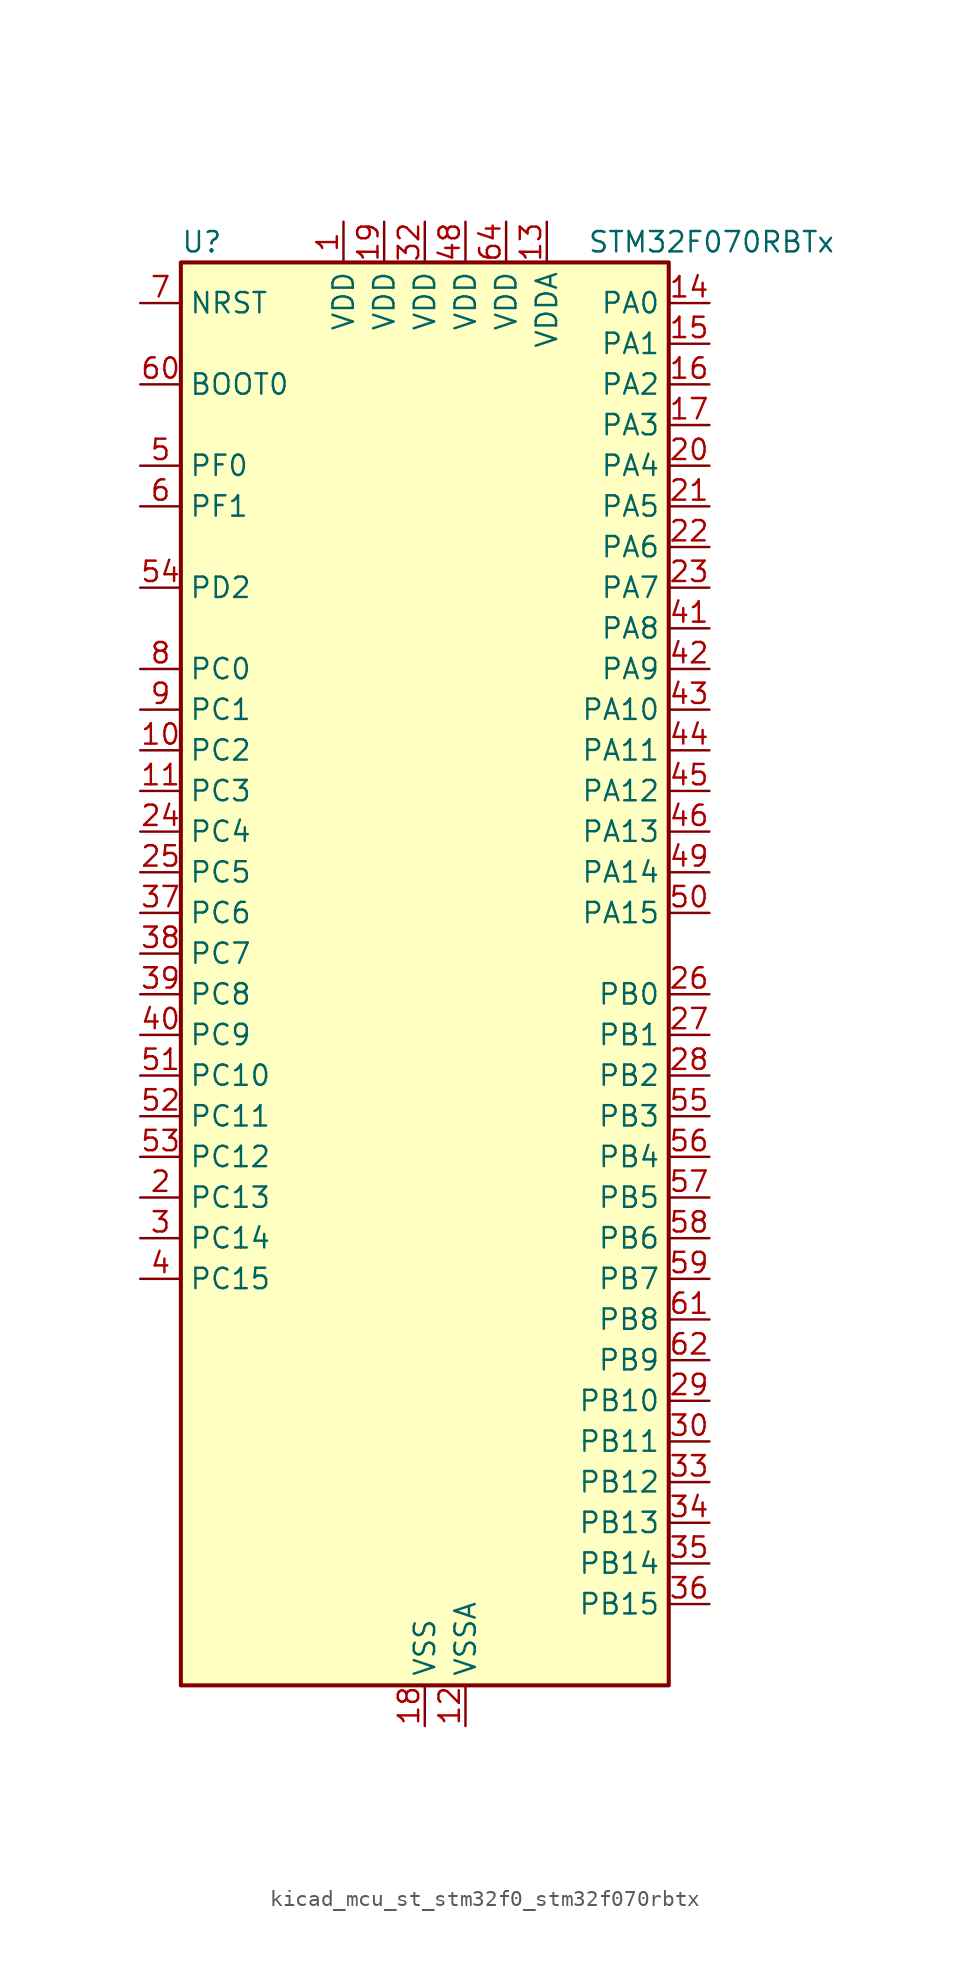
<source format=kicad_sym>
(kicad_symbol_lib
  (version 20220914)
  (generator kicad_symbol_editor)
  (symbol "kicad_mcu_st_stm32f0_stm32f070rbtx"
    (property "Reference" "U"
      (at -15.24 46.99 0)
      (effects (font (size 1.27 1.27)) (justify left)))
    (property "Value" "STM32F070RBTx"
      (at 10.16 46.99 0)
      (effects (font (size 1.27 1.27)) (justify left)))
    (property "ki_locked" ""
      (at 0 0 0)
      (effects (font (size 1.27 1.27))))
    (symbol "kicad_mcu_st_stm32f0_stm32f070rbtx_0_1"
      (rectangle (start -15.24 -43.18) (end 15.24 45.72) (stroke (width 0.254) (type default)) (fill (type background))))
    (symbol "kicad_mcu_st_stm32f0_stm32f070rbtx_1_1"
      (pin power_in line (at -5.08 48.26 270) (length 2.54) (name "VDD" (effects (font (size 1.27 1.27)))) (number "1" (effects (font (size 1.27 1.27)))))
      (pin bidirectional line (at -17.78 15.24 0) (length 2.54) (name "PC2" (effects (font (size 1.27 1.27)))) (number "10" (effects (font (size 1.27 1.27)))) (alternate "ADC_IN12" bidirectional line) (alternate "SPI2_MISO" bidirectional line))
      (pin bidirectional line (at -17.78 12.7 0) (length 2.54) (name "PC3" (effects (font (size 1.27 1.27)))) (number "11" (effects (font (size 1.27 1.27)))) (alternate "ADC_IN13" bidirectional line) (alternate "SPI2_MOSI" bidirectional line))
      (pin power_in line (at 2.54 -45.72 90) (length 2.54) (name "VSSA" (effects (font (size 1.27 1.27)))) (number "12" (effects (font (size 1.27 1.27)))))
      (pin power_in line (at 7.62 48.26 270) (length 2.54) (name "VDDA" (effects (font (size 1.27 1.27)))) (number "13" (effects (font (size 1.27 1.27)))))
      (pin bidirectional line (at 17.78 43.18 180) (length 2.54) (name "PA0" (effects (font (size 1.27 1.27)))) (number "14" (effects (font (size 1.27 1.27)))) (alternate "ADC_IN0" bidirectional line) (alternate "RTC_TAMP2" bidirectional line) (alternate "SYS_WKUP1" bidirectional line) (alternate "USART2_CTS" bidirectional line) (alternate "USART4_TX" bidirectional line))
      (pin bidirectional line (at 17.78 40.64 180) (length 2.54) (name "PA1" (effects (font (size 1.27 1.27)))) (number "15" (effects (font (size 1.27 1.27)))) (alternate "ADC_IN1" bidirectional line) (alternate "TIM15_CH1N" bidirectional line) (alternate "USART2_DE" bidirectional line) (alternate "USART2_RTS" bidirectional line) (alternate "USART4_RX" bidirectional line))
      (pin bidirectional line (at 17.78 38.1 180) (length 2.54) (name "PA2" (effects (font (size 1.27 1.27)))) (number "16" (effects (font (size 1.27 1.27)))) (alternate "ADC_IN2" bidirectional line) (alternate "SYS_WKUP4" bidirectional line) (alternate "TIM15_CH1" bidirectional line) (alternate "USART2_TX" bidirectional line))
      (pin bidirectional line (at 17.78 35.56 180) (length 2.54) (name "PA3" (effects (font (size 1.27 1.27)))) (number "17" (effects (font (size 1.27 1.27)))) (alternate "ADC_IN3" bidirectional line) (alternate "TIM15_CH2" bidirectional line) (alternate "USART2_RX" bidirectional line))
      (pin power_in line (at 0 -45.72 90) (length 2.54) (name "VSS" (effects (font (size 1.27 1.27)))) (number "18" (effects (font (size 1.27 1.27)))))
      (pin power_in line (at -2.54 48.26 270) (length 2.54) (name "VDD" (effects (font (size 1.27 1.27)))) (number "19" (effects (font (size 1.27 1.27)))))
      (pin bidirectional line (at -17.78 -12.7 0) (length 2.54) (name "PC13" (effects (font (size 1.27 1.27)))) (number "2" (effects (font (size 1.27 1.27)))) (alternate "RTC_OUT_ALARM" bidirectional line) (alternate "RTC_OUT_CALIB" bidirectional line) (alternate "RTC_TAMP1" bidirectional line) (alternate "RTC_TS" bidirectional line) (alternate "SYS_WKUP2" bidirectional line))
      (pin bidirectional line (at 17.78 33.02 180) (length 2.54) (name "PA4" (effects (font (size 1.27 1.27)))) (number "20" (effects (font (size 1.27 1.27)))) (alternate "ADC_IN4" bidirectional line) (alternate "SPI1_NSS" bidirectional line) (alternate "TIM14_CH1" bidirectional line) (alternate "USART2_CK" bidirectional line))
      (pin bidirectional line (at 17.78 30.48 180) (length 2.54) (name "PA5" (effects (font (size 1.27 1.27)))) (number "21" (effects (font (size 1.27 1.27)))) (alternate "ADC_IN5" bidirectional line) (alternate "SPI1_SCK" bidirectional line))
      (pin bidirectional line (at 17.78 27.94 180) (length 2.54) (name "PA6" (effects (font (size 1.27 1.27)))) (number "22" (effects (font (size 1.27 1.27)))) (alternate "ADC_IN6" bidirectional line) (alternate "SPI1_MISO" bidirectional line) (alternate "TIM16_CH1" bidirectional line) (alternate "TIM1_BKIN" bidirectional line) (alternate "TIM3_CH1" bidirectional line) (alternate "USART3_CTS" bidirectional line))
      (pin bidirectional line (at 17.78 25.4 180) (length 2.54) (name "PA7" (effects (font (size 1.27 1.27)))) (number "23" (effects (font (size 1.27 1.27)))) (alternate "ADC_IN7" bidirectional line) (alternate "SPI1_MOSI" bidirectional line) (alternate "TIM14_CH1" bidirectional line) (alternate "TIM17_CH1" bidirectional line) (alternate "TIM1_CH1N" bidirectional line) (alternate "TIM3_CH2" bidirectional line))
      (pin bidirectional line (at -17.78 10.16 0) (length 2.54) (name "PC4" (effects (font (size 1.27 1.27)))) (number "24" (effects (font (size 1.27 1.27)))) (alternate "ADC_IN14" bidirectional line) (alternate "USART3_TX" bidirectional line))
      (pin bidirectional line (at -17.78 7.62 0) (length 2.54) (name "PC5" (effects (font (size 1.27 1.27)))) (number "25" (effects (font (size 1.27 1.27)))) (alternate "ADC_IN15" bidirectional line) (alternate "SYS_WKUP5" bidirectional line) (alternate "USART3_RX" bidirectional line))
      (pin bidirectional line (at 17.78 0 180) (length 2.54) (name "PB0" (effects (font (size 1.27 1.27)))) (number "26" (effects (font (size 1.27 1.27)))) (alternate "ADC_IN8" bidirectional line) (alternate "TIM1_CH2N" bidirectional line) (alternate "TIM3_CH3" bidirectional line) (alternate "USART3_CK" bidirectional line))
      (pin bidirectional line (at 17.78 -2.54 180) (length 2.54) (name "PB1" (effects (font (size 1.27 1.27)))) (number "27" (effects (font (size 1.27 1.27)))) (alternate "ADC_IN9" bidirectional line) (alternate "TIM14_CH1" bidirectional line) (alternate "TIM1_CH3N" bidirectional line) (alternate "TIM3_CH4" bidirectional line) (alternate "USART3_DE" bidirectional line) (alternate "USART3_RTS" bidirectional line))
      (pin bidirectional line (at 17.78 -5.08 180) (length 2.54) (name "PB2" (effects (font (size 1.27 1.27)))) (number "28" (effects (font (size 1.27 1.27)))))
      (pin bidirectional line (at 17.78 -25.4 180) (length 2.54) (name "PB10" (effects (font (size 1.27 1.27)))) (number "29" (effects (font (size 1.27 1.27)))) (alternate "I2C2_SCL" bidirectional line) (alternate "SPI2_SCK" bidirectional line) (alternate "USART3_TX" bidirectional line))
      (pin bidirectional line (at -17.78 -15.24 0) (length 2.54) (name "PC14" (effects (font (size 1.27 1.27)))) (number "3" (effects (font (size 1.27 1.27)))) (alternate "RCC_OSC32_IN" bidirectional line))
      (pin bidirectional line (at 17.78 -27.94 180) (length 2.54) (name "PB11" (effects (font (size 1.27 1.27)))) (number "30" (effects (font (size 1.27 1.27)))) (alternate "I2C2_SDA" bidirectional line) (alternate "USART3_RX" bidirectional line))
      (pin passive line (at 0 -45.72 90) (length 2.54) hide (name "VSS" (effects (font (size 1.27 1.27)))) (number "31" (effects (font (size 1.27 1.27)))))
      (pin power_in line (at 0 48.26 270) (length 2.54) (name "VDD" (effects (font (size 1.27 1.27)))) (number "32" (effects (font (size 1.27 1.27)))))
      (pin bidirectional line (at 17.78 -30.48 180) (length 2.54) (name "PB12" (effects (font (size 1.27 1.27)))) (number "33" (effects (font (size 1.27 1.27)))) (alternate "SPI2_NSS" bidirectional line) (alternate "TIM15_BKIN" bidirectional line) (alternate "TIM1_BKIN" bidirectional line) (alternate "USART3_CK" bidirectional line))
      (pin bidirectional line (at 17.78 -33.02 180) (length 2.54) (name "PB13" (effects (font (size 1.27 1.27)))) (number "34" (effects (font (size 1.27 1.27)))) (alternate "I2C2_SCL" bidirectional line) (alternate "SPI2_SCK" bidirectional line) (alternate "TIM1_CH1N" bidirectional line) (alternate "USART3_CTS" bidirectional line))
      (pin bidirectional line (at 17.78 -35.56 180) (length 2.54) (name "PB14" (effects (font (size 1.27 1.27)))) (number "35" (effects (font (size 1.27 1.27)))) (alternate "I2C2_SDA" bidirectional line) (alternate "SPI2_MISO" bidirectional line) (alternate "TIM15_CH1" bidirectional line) (alternate "TIM1_CH2N" bidirectional line) (alternate "USART3_DE" bidirectional line) (alternate "USART3_RTS" bidirectional line))
      (pin bidirectional line (at 17.78 -38.1 180) (length 2.54) (name "PB15" (effects (font (size 1.27 1.27)))) (number "36" (effects (font (size 1.27 1.27)))) (alternate "RTC_REFIN" bidirectional line) (alternate "SPI2_MOSI" bidirectional line) (alternate "SYS_WKUP7" bidirectional line) (alternate "TIM15_CH1N" bidirectional line) (alternate "TIM15_CH2" bidirectional line) (alternate "TIM1_CH3N" bidirectional line))
      (pin bidirectional line (at -17.78 5.08 0) (length 2.54) (name "PC6" (effects (font (size 1.27 1.27)))) (number "37" (effects (font (size 1.27 1.27)))) (alternate "TIM3_CH1" bidirectional line))
      (pin bidirectional line (at -17.78 2.54 0) (length 2.54) (name "PC7" (effects (font (size 1.27 1.27)))) (number "38" (effects (font (size 1.27 1.27)))) (alternate "TIM3_CH2" bidirectional line))
      (pin bidirectional line (at -17.78 0 0) (length 2.54) (name "PC8" (effects (font (size 1.27 1.27)))) (number "39" (effects (font (size 1.27 1.27)))) (alternate "TIM3_CH3" bidirectional line))
      (pin bidirectional line (at -17.78 -17.78 0) (length 2.54) (name "PC15" (effects (font (size 1.27 1.27)))) (number "4" (effects (font (size 1.27 1.27)))) (alternate "RCC_OSC32_OUT" bidirectional line))
      (pin bidirectional line (at -17.78 -2.54 0) (length 2.54) (name "PC9" (effects (font (size 1.27 1.27)))) (number "40" (effects (font (size 1.27 1.27)))) (alternate "TIM3_CH4" bidirectional line))
      (pin bidirectional line (at 17.78 22.86 180) (length 2.54) (name "PA8" (effects (font (size 1.27 1.27)))) (number "41" (effects (font (size 1.27 1.27)))) (alternate "RCC_MCO" bidirectional line) (alternate "TIM1_CH1" bidirectional line) (alternate "USART1_CK" bidirectional line))
      (pin bidirectional line (at 17.78 20.32 180) (length 2.54) (name "PA9" (effects (font (size 1.27 1.27)))) (number "42" (effects (font (size 1.27 1.27)))) (alternate "TIM15_BKIN" bidirectional line) (alternate "TIM1_CH2" bidirectional line) (alternate "USART1_TX" bidirectional line))
      (pin bidirectional line (at 17.78 17.78 180) (length 2.54) (name "PA10" (effects (font (size 1.27 1.27)))) (number "43" (effects (font (size 1.27 1.27)))) (alternate "TIM17_BKIN" bidirectional line) (alternate "TIM1_CH3" bidirectional line) (alternate "USART1_RX" bidirectional line))
      (pin bidirectional line (at 17.78 15.24 180) (length 2.54) (name "PA11" (effects (font (size 1.27 1.27)))) (number "44" (effects (font (size 1.27 1.27)))) (alternate "TIM1_CH4" bidirectional line) (alternate "USART1_CTS" bidirectional line) (alternate "USB_DM" bidirectional line))
      (pin bidirectional line (at 17.78 12.7 180) (length 2.54) (name "PA12" (effects (font (size 1.27 1.27)))) (number "45" (effects (font (size 1.27 1.27)))) (alternate "TIM1_ETR" bidirectional line) (alternate "USART1_DE" bidirectional line) (alternate "USART1_RTS" bidirectional line) (alternate "USB_DP" bidirectional line))
      (pin bidirectional line (at 17.78 10.16 180) (length 2.54) (name "PA13" (effects (font (size 1.27 1.27)))) (number "46" (effects (font (size 1.27 1.27)))) (alternate "IR_OUT" bidirectional line) (alternate "SYS_SWDIO" bidirectional line) (alternate "USB_NOE" bidirectional line))
      (pin passive line (at 0 -45.72 90) (length 2.54) hide (name "VSS" (effects (font (size 1.27 1.27)))) (number "47" (effects (font (size 1.27 1.27)))))
      (pin power_in line (at 2.54 48.26 270) (length 2.54) (name "VDD" (effects (font (size 1.27 1.27)))) (number "48" (effects (font (size 1.27 1.27)))))
      (pin bidirectional line (at 17.78 7.62 180) (length 2.54) (name "PA14" (effects (font (size 1.27 1.27)))) (number "49" (effects (font (size 1.27 1.27)))) (alternate "SYS_SWCLK" bidirectional line) (alternate "USART2_TX" bidirectional line))
      (pin bidirectional line (at -17.78 33.02 0) (length 2.54) (name "PF0" (effects (font (size 1.27 1.27)))) (number "5" (effects (font (size 1.27 1.27)))) (alternate "RCC_OSC_IN" bidirectional line))
      (pin bidirectional line (at 17.78 5.08 180) (length 2.54) (name "PA15" (effects (font (size 1.27 1.27)))) (number "50" (effects (font (size 1.27 1.27)))) (alternate "SPI1_NSS" bidirectional line) (alternate "USART2_RX" bidirectional line) (alternate "USART4_DE" bidirectional line) (alternate "USART4_RTS" bidirectional line))
      (pin bidirectional line (at -17.78 -5.08 0) (length 2.54) (name "PC10" (effects (font (size 1.27 1.27)))) (number "51" (effects (font (size 1.27 1.27)))) (alternate "USART3_TX" bidirectional line) (alternate "USART4_TX" bidirectional line))
      (pin bidirectional line (at -17.78 -7.62 0) (length 2.54) (name "PC11" (effects (font (size 1.27 1.27)))) (number "52" (effects (font (size 1.27 1.27)))) (alternate "USART3_RX" bidirectional line) (alternate "USART4_RX" bidirectional line))
      (pin bidirectional line (at -17.78 -10.16 0) (length 2.54) (name "PC12" (effects (font (size 1.27 1.27)))) (number "53" (effects (font (size 1.27 1.27)))) (alternate "USART3_CK" bidirectional line) (alternate "USART4_CK" bidirectional line))
      (pin bidirectional line (at -17.78 25.4 0) (length 2.54) (name "PD2" (effects (font (size 1.27 1.27)))) (number "54" (effects (font (size 1.27 1.27)))) (alternate "TIM3_ETR" bidirectional line) (alternate "USART3_DE" bidirectional line) (alternate "USART3_RTS" bidirectional line))
      (pin bidirectional line (at 17.78 -7.62 180) (length 2.54) (name "PB3" (effects (font (size 1.27 1.27)))) (number "55" (effects (font (size 1.27 1.27)))) (alternate "SPI1_SCK" bidirectional line))
      (pin bidirectional line (at 17.78 -10.16 180) (length 2.54) (name "PB4" (effects (font (size 1.27 1.27)))) (number "56" (effects (font (size 1.27 1.27)))) (alternate "SPI1_MISO" bidirectional line) (alternate "TIM17_BKIN" bidirectional line) (alternate "TIM3_CH1" bidirectional line))
      (pin bidirectional line (at 17.78 -12.7 180) (length 2.54) (name "PB5" (effects (font (size 1.27 1.27)))) (number "57" (effects (font (size 1.27 1.27)))) (alternate "I2C1_SMBA" bidirectional line) (alternate "SPI1_MOSI" bidirectional line) (alternate "SYS_WKUP6" bidirectional line) (alternate "TIM16_BKIN" bidirectional line) (alternate "TIM3_CH2" bidirectional line))
      (pin bidirectional line (at 17.78 -15.24 180) (length 2.54) (name "PB6" (effects (font (size 1.27 1.27)))) (number "58" (effects (font (size 1.27 1.27)))) (alternate "I2C1_SCL" bidirectional line) (alternate "TIM16_CH1N" bidirectional line) (alternate "USART1_TX" bidirectional line))
      (pin bidirectional line (at 17.78 -17.78 180) (length 2.54) (name "PB7" (effects (font (size 1.27 1.27)))) (number "59" (effects (font (size 1.27 1.27)))) (alternate "I2C1_SDA" bidirectional line) (alternate "TIM17_CH1N" bidirectional line) (alternate "USART1_RX" bidirectional line) (alternate "USART4_CTS" bidirectional line))
      (pin bidirectional line (at -17.78 30.48 0) (length 2.54) (name "PF1" (effects (font (size 1.27 1.27)))) (number "6" (effects (font (size 1.27 1.27)))) (alternate "RCC_OSC_OUT" bidirectional line))
      (pin input line (at -17.78 38.1 0) (length 2.54) (name "BOOT0" (effects (font (size 1.27 1.27)))) (number "60" (effects (font (size 1.27 1.27)))))
      (pin bidirectional line (at 17.78 -20.32 180) (length 2.54) (name "PB8" (effects (font (size 1.27 1.27)))) (number "61" (effects (font (size 1.27 1.27)))) (alternate "I2C1_SCL" bidirectional line) (alternate "TIM16_CH1" bidirectional line))
      (pin bidirectional line (at 17.78 -22.86 180) (length 2.54) (name "PB9" (effects (font (size 1.27 1.27)))) (number "62" (effects (font (size 1.27 1.27)))) (alternate "I2C1_SDA" bidirectional line) (alternate "IR_OUT" bidirectional line) (alternate "SPI2_NSS" bidirectional line) (alternate "TIM17_CH1" bidirectional line))
      (pin passive line (at 0 -45.72 90) (length 2.54) hide (name "VSS" (effects (font (size 1.27 1.27)))) (number "63" (effects (font (size 1.27 1.27)))))
      (pin power_in line (at 5.08 48.26 270) (length 2.54) (name "VDD" (effects (font (size 1.27 1.27)))) (number "64" (effects (font (size 1.27 1.27)))))
      (pin input line (at -17.78 43.18 0) (length 2.54) (name "NRST" (effects (font (size 1.27 1.27)))) (number "7" (effects (font (size 1.27 1.27)))))
      (pin bidirectional line (at -17.78 20.32 0) (length 2.54) (name "PC0" (effects (font (size 1.27 1.27)))) (number "8" (effects (font (size 1.27 1.27)))) (alternate "ADC_IN10" bidirectional line))
      (pin bidirectional line (at -17.78 17.78 0) (length 2.54) (name "PC1" (effects (font (size 1.27 1.27)))) (number "9" (effects (font (size 1.27 1.27)))) (alternate "ADC_IN11" bidirectional line)))))
</source>
